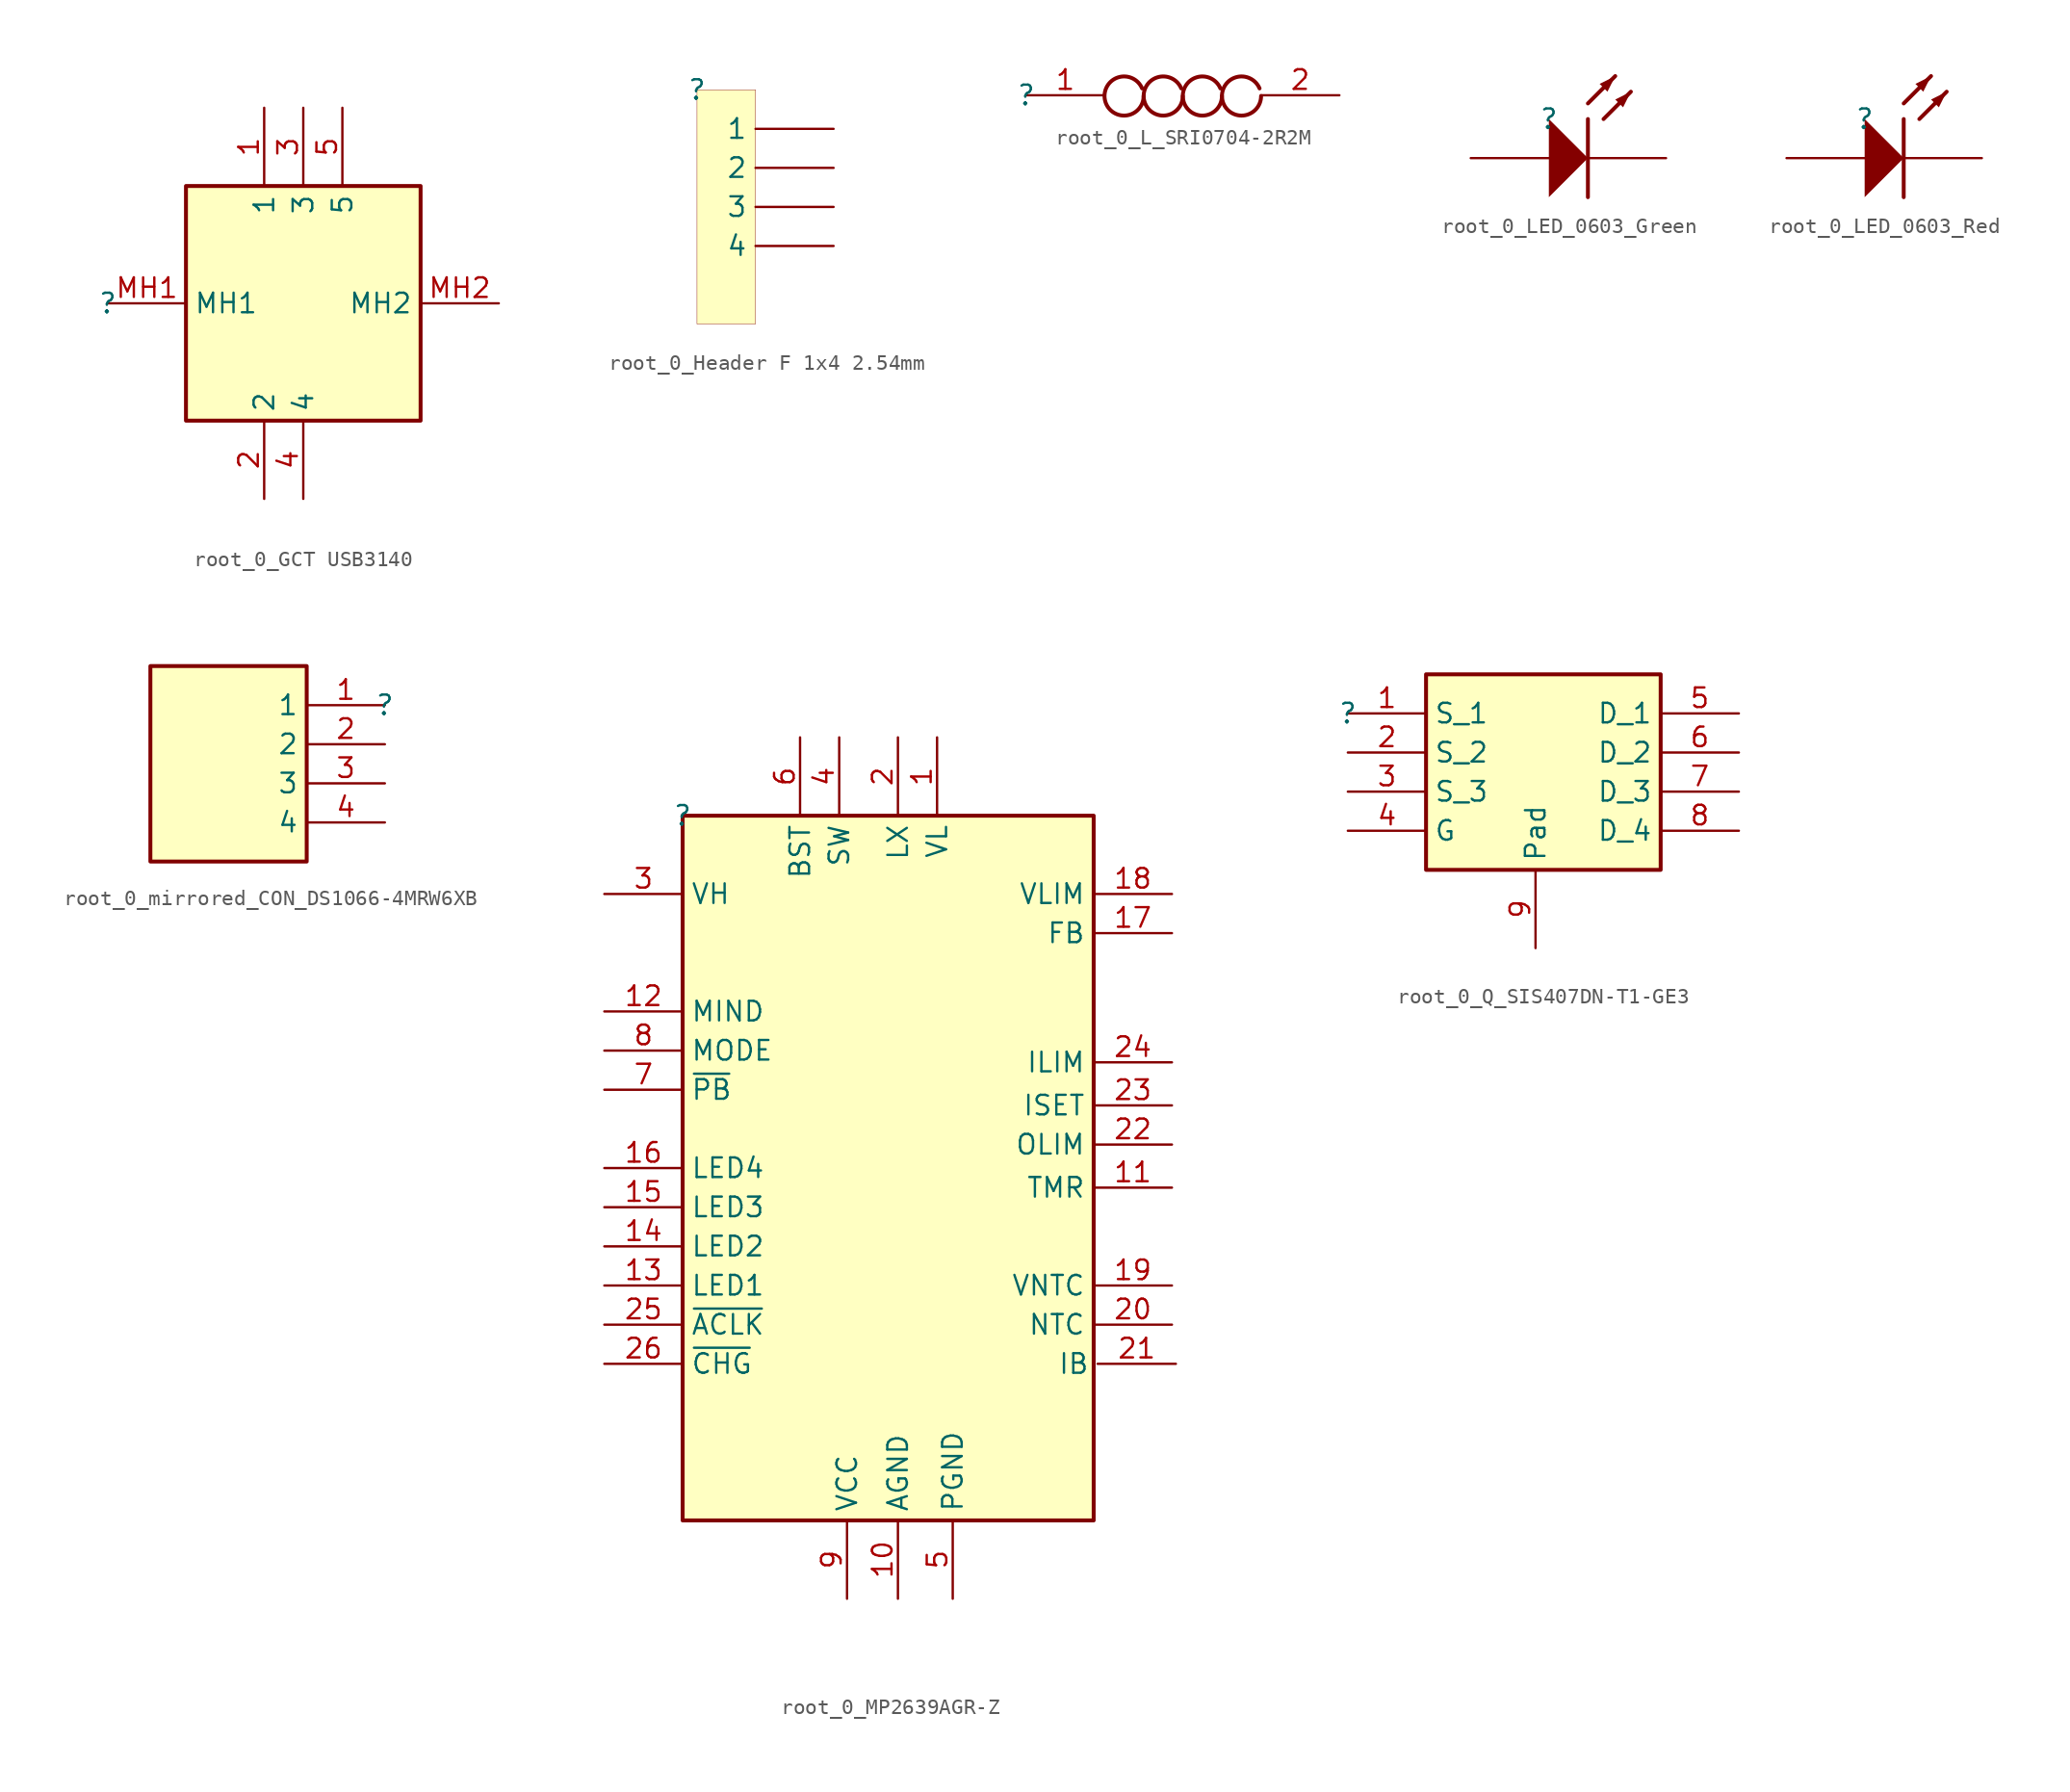
<source format=kicad_sym>
(kicad_symbol_lib
  (version 20231120)
  (generator "kicad_symbol_editor")
  (generator_version "8.0")
  (symbol "root_0_GCT USB3140"
    (property "Reference" ""
      (at 0 0 0)
      (effects (font (size 1.27 1.27))))
    (property "Value" ""
      (at 0 0 0)
      (effects (font (size 1.27 1.27))))
    (symbol "root_0_GCT USB3140_1_0"
      (rectangle (start 20.32 7.62) (end 5.08 -7.62) (stroke (width 0.254) (type solid) (color 128 0 0 1)) (fill (type background)))
      (pin passive line (at 10.16 12.7 270) (length 5.08) (name "1" (effects (font (size 1.27 1.27)))) (number "1" (effects (font (size 1.27 1.27)))))
      (pin passive line (at 10.16 -12.7 90) (length 5.08) (name "2" (effects (font (size 1.27 1.27)))) (number "2" (effects (font (size 1.27 1.27)))))
      (pin passive line (at 12.7 12.7 270) (length 5.08) (name "3" (effects (font (size 1.27 1.27)))) (number "3" (effects (font (size 1.27 1.27)))))
      (pin passive line (at 12.7 -12.7 90) (length 5.08) (name "4" (effects (font (size 1.27 1.27)))) (number "4" (effects (font (size 1.27 1.27)))))
      (pin passive line (at 15.24 12.7 270) (length 5.08) (name "5" (effects (font (size 1.27 1.27)))) (number "5" (effects (font (size 1.27 1.27)))))
      (pin passive line (at 0 0 0) (length 5.08) (name "MH1" (effects (font (size 1.27 1.27)))) (number "MH1" (effects (font (size 1.27 1.27)))))
      (pin passive line (at 25.4 0 180) (length 5.08) (name "MH2" (effects (font (size 1.27 1.27)))) (number "MH2" (effects (font (size 1.27 1.27)))))))
  (symbol "root_0_Header F 1x4 2.54mm"
    (property "Reference" ""
      (at 0 0 0)
      (effects (font (size 1.27 1.27))))
    (property "Value" ""
      (at 0 0 0)
      (effects (font (size 1.27 1.27))))
    (symbol "root_0_Header F 1x4 2.54mm_1_0"
      (rectangle (start 3.81 0) (end 0 -15.24) (stroke (width 0.025) (type solid) (color 128 0 0 1)) (fill (type background)))
      (pin passive line (at 8.89 -2.54 180) (length 5.08) (name "1" (effects (font (size 1.27 1.27)))) (number "1" (effects (font (size 0 0)))))
      (pin passive line (at 8.89 -5.08 180) (length 5.08) (name "2" (effects (font (size 1.27 1.27)))) (number "2" (effects (font (size 0 0)))))
      (pin passive line (at 8.89 -7.62 180) (length 5.08) (name "3" (effects (font (size 1.27 1.27)))) (number "3" (effects (font (size 0 0)))))
      (pin passive line (at 8.89 -10.16 180) (length 5.08) (name "4" (effects (font (size 1.27 1.27)))) (number "4" (effects (font (size 0 0)))))))
  (symbol "root_0_L_SRI0704-2R2M"
    (property "Reference" ""
      (at 0 0 0)
      (effects (font (size 1.27 1.27))))
    (property "Value" ""
      (at 0 0 0)
      (effects (font (size 1.27 1.27))))
    (symbol "root_0_L_SRI0704-2R2M_1_0"
      (arc (start 7.519 0.4452) (mid 5.1055 -0.3042) (end 7.62 -0.051) (stroke (width 0.254) (type solid)) (fill (type none)))
      (arc (start 10.059 0.4452) (mid 7.6455 -0.3042) (end 10.16 -0.051) (stroke (width 0.254) (type solid)) (fill (type none)))
      (arc (start 12.599 0.4452) (mid 10.1855 -0.3042) (end 12.7 -0.051) (stroke (width 0.254) (type solid)) (fill (type none)))
      (arc (start 15.139 0.4452) (mid 12.7255 -0.3042) (end 15.24 -0.051) (stroke (width 0.254) (type solid)) (fill (type none)))
      (pin passive line (at 0 0 0) (length 5.08) (name "1" (effects (font (size 0 0)))) (number "1" (effects (font (size 1.27 1.27)))))
      (pin passive line (at 20.32 0 180) (length 5.08) (name "2" (effects (font (size 0 0)))) (number "2" (effects (font (size 1.27 1.27)))))))
  (symbol "root_0_LED_0603_Green"
    (property "Reference" ""
      (at 0 0 0)
      (effects (font (size 1.27 1.27))))
    (property "Value" ""
      (at 0 0 0)
      (effects (font (size 1.27 1.27))))
    (symbol "root_0_LED_0603_Green_1_0"
      (polyline (pts (xy 2.54 0) (xy 2.54 -5.08)) (stroke (width 0.254) (type solid)) (fill (type none)))
      (polyline (pts (xy 2.54 1.016) (xy 4.318 2.794)) (stroke (width 0.254) (type solid)) (fill (type none)))
      (polyline (pts (xy 3.556 0) (xy 5.334 1.778)) (stroke (width 0.254) (type solid)) (fill (type none)))
      (polyline (pts (xy 0 -5.08) (xy 2.54 -2.54) (xy 0 0) (xy 0 -5.08)) (stroke (width -0.0001) (type solid)) (fill (type outline)))
      (polyline (pts (xy 4.318 2.794) (xy 3.302 2.286) (xy 3.81 1.778) (xy 4.318 2.794)) (stroke (width -0.0001) (type solid)) (fill (type outline)))
      (polyline (pts (xy 5.334 1.778) (xy 4.318 1.27) (xy 4.826 0.762) (xy 5.334 1.778)) (stroke (width -0.0001) (type solid)) (fill (type outline)))
      (pin passive line (at -5.08 -2.54 0) (length 5.08) (name "A" (effects (font (size 0 0)))) (number "A" (effects (font (size 0 0)))))
      (pin passive line (at 7.62 -2.54 180) (length 5.08) (name "K" (effects (font (size 0 0)))) (number "K" (effects (font (size 0 0)))))))
  (symbol "root_0_LED_0603_Red"
    (property "Reference" ""
      (at 0 0 0)
      (effects (font (size 1.27 1.27))))
    (property "Value" ""
      (at 0 0 0)
      (effects (font (size 1.27 1.27))))
    (symbol "root_0_LED_0603_Red_1_0"
      (polyline (pts (xy 2.54 0) (xy 2.54 -5.08)) (stroke (width 0.254) (type solid)) (fill (type none)))
      (polyline (pts (xy 2.54 1.016) (xy 4.318 2.794)) (stroke (width 0.254) (type solid)) (fill (type none)))
      (polyline (pts (xy 3.556 0) (xy 5.334 1.778)) (stroke (width 0.254) (type solid)) (fill (type none)))
      (polyline (pts (xy 0 -5.08) (xy 2.54 -2.54) (xy 0 0) (xy 0 -5.08)) (stroke (width -0.0001) (type solid)) (fill (type outline)))
      (polyline (pts (xy 4.318 2.794) (xy 3.302 2.286) (xy 3.81 1.778) (xy 4.318 2.794)) (stroke (width -0.0001) (type solid)) (fill (type outline)))
      (polyline (pts (xy 5.334 1.778) (xy 4.318 1.27) (xy 4.826 0.762) (xy 5.334 1.778)) (stroke (width -0.0001) (type solid)) (fill (type outline)))
      (pin passive line (at -5.08 -2.54 0) (length 5.08) (name "A" (effects (font (size 0 0)))) (number "A" (effects (font (size 0 0)))))
      (pin passive line (at 7.62 -2.54 180) (length 5.08) (name "K" (effects (font (size 0 0)))) (number "K" (effects (font (size 0 0)))))))
  (symbol "root_0_mirrored_CON_DS1066-4MRW6XB"
    (property "Reference" ""
      (at 0 0 0)
      (effects (font (size 1.27 1.27))))
    (property "Value" ""
      (at 0 0 0)
      (effects (font (size 1.27 1.27))))
    (symbol "root_0_mirrored_CON_DS1066-4MRW6XB_1_0"
      (rectangle (start -5.08 2.54) (end -15.24 -10.16) (stroke (width 0.254) (type solid) (color 128 0 0 1)) (fill (type background)))
      (pin passive line (at 0 0 180) (length 5.08) (name "1" (effects (font (size 1.27 1.27)))) (number "1" (effects (font (size 1.27 1.27)))))
      (pin passive line (at 0 -2.54 180) (length 5.08) (name "2" (effects (font (size 1.27 1.27)))) (number "2" (effects (font (size 1.27 1.27)))))
      (pin passive line (at 0 -5.08 180) (length 5.08) (name "3" (effects (font (size 1.27 1.27)))) (number "3" (effects (font (size 1.27 1.27)))))
      (pin passive line (at 0 -7.62 180) (length 5.08) (name "4" (effects (font (size 1.27 1.27)))) (number "4" (effects (font (size 1.27 1.27)))))))
  (symbol "root_0_MP2639AGR-Z"
    (property "Reference" ""
      (at 0 0 0)
      (effects (font (size 1.27 1.27))))
    (property "Value" ""
      (at 0 0 0)
      (effects (font (size 1.27 1.27))))
    (symbol "root_0_MP2639AGR-Z_1_0"
      (rectangle (start 26.67 0) (end 0 -45.72) (stroke (width 0.254) (type solid) (color 128 0 0 1)) (fill (type background)))
      (pin passive line (at 16.51 5.08 270) (length 5.08) (name "VL" (effects (font (size 1.27 1.27)))) (number "1" (effects (font (size 1.27 1.27)))))
      (pin passive line (at 13.97 -50.8 90) (length 5.08) (name "AGND" (effects (font (size 1.27 1.27)))) (number "10" (effects (font (size 1.27 1.27)))))
      (pin passive line (at 31.75 -24.13 180) (length 5.08) (name "TMR" (effects (font (size 1.27 1.27)))) (number "11" (effects (font (size 1.27 1.27)))))
      (pin passive line (at -5.08 -12.7 0) (length 5.08) (name "MIND" (effects (font (size 1.27 1.27)))) (number "12" (effects (font (size 1.27 1.27)))))
      (pin passive line (at -5.08 -30.48 0) (length 5.08) (name "LED1" (effects (font (size 1.27 1.27)))) (number "13" (effects (font (size 1.27 1.27)))))
      (pin passive line (at -5.08 -27.94 0) (length 5.08) (name "LED2" (effects (font (size 1.27 1.27)))) (number "14" (effects (font (size 1.27 1.27)))))
      (pin passive line (at -5.08 -25.4 0) (length 5.08) (name "LED3" (effects (font (size 1.27 1.27)))) (number "15" (effects (font (size 1.27 1.27)))))
      (pin passive line (at -5.08 -22.86 0) (length 5.08) (name "LED4" (effects (font (size 1.27 1.27)))) (number "16" (effects (font (size 1.27 1.27)))))
      (pin passive line (at 31.75 -7.62 180) (length 5.08) (name "FB" (effects (font (size 1.27 1.27)))) (number "17" (effects (font (size 1.27 1.27)))))
      (pin passive line (at 31.75 -5.08 180) (length 5.08) (name "VLIM" (effects (font (size 1.27 1.27)))) (number "18" (effects (font (size 1.27 1.27)))))
      (pin passive line (at 31.75 -30.48 180) (length 5.08) (name "VNTC" (effects (font (size 1.27 1.27)))) (number "19" (effects (font (size 1.27 1.27)))))
      (pin passive line (at 13.97 5.08 270) (length 5.08) (name "LX" (effects (font (size 1.27 1.27)))) (number "2" (effects (font (size 1.27 1.27)))))
      (pin passive line (at 31.75 -33.02 180) (length 5.08) (name "NTC" (effects (font (size 1.27 1.27)))) (number "20" (effects (font (size 1.27 1.27)))))
      (pin passive line (at 32.004 -35.56 180) (length 5.08) (name "IB" (effects (font (size 1.27 1.27)))) (number "21" (effects (font (size 1.27 1.27)))))
      (pin passive line (at 31.75 -21.336 180) (length 5.08) (name "OLIM" (effects (font (size 1.27 1.27)))) (number "22" (effects (font (size 1.27 1.27)))))
      (pin passive line (at 31.75 -18.796 180) (length 5.08) (name "ISET" (effects (font (size 1.27 1.27)))) (number "23" (effects (font (size 1.27 1.27)))))
      (pin passive line (at 31.75 -16.002 180) (length 5.08) (name "ILIM" (effects (font (size 1.27 1.27)))) (number "24" (effects (font (size 1.27 1.27)))))
      (pin passive line (at -5.08 -33.02 0) (length 5.08) (name "~{ACLK}" (effects (font (size 1.27 1.27)))) (number "25" (effects (font (size 1.27 1.27)))))
      (pin passive line (at -5.08 -35.56 0) (length 5.08) (name "~{CHG}" (effects (font (size 1.27 1.27)))) (number "26" (effects (font (size 1.27 1.27)))))
      (pin passive line (at -5.08 -5.08 0) (length 5.08) (name "VH" (effects (font (size 1.27 1.27)))) (number "3" (effects (font (size 1.27 1.27)))))
      (pin passive line (at 10.16 5.08 270) (length 5.08) (name "SW" (effects (font (size 1.27 1.27)))) (number "4" (effects (font (size 1.27 1.27)))))
      (pin passive line (at 17.526 -50.8 90) (length 5.08) (name "PGND" (effects (font (size 1.27 1.27)))) (number "5" (effects (font (size 1.27 1.27)))))
      (pin passive line (at 7.62 5.08 270) (length 5.08) (name "BST" (effects (font (size 1.27 1.27)))) (number "6" (effects (font (size 1.27 1.27)))))
      (pin passive line (at -5.08 -17.78 0) (length 5.08) (name "~{PB}" (effects (font (size 1.27 1.27)))) (number "7" (effects (font (size 1.27 1.27)))))
      (pin passive line (at -5.08 -15.24 0) (length 5.08) (name "MODE" (effects (font (size 1.27 1.27)))) (number "8" (effects (font (size 1.27 1.27)))))
      (pin passive line (at 10.668 -50.8 90) (length 5.08) (name "VCC" (effects (font (size 1.27 1.27)))) (number "9" (effects (font (size 1.27 1.27)))))))
  (symbol "root_0_Q_SIS407DN-T1-GE3"
    (property "Reference" ""
      (at 0 0 0)
      (effects (font (size 1.27 1.27))))
    (property "Value" ""
      (at 0 0 0)
      (effects (font (size 1.27 1.27))))
    (symbol "root_0_Q_SIS407DN-T1-GE3_1_0"
      (rectangle (start 20.32 2.54) (end 5.08 -10.16) (stroke (width 0.254) (type solid) (color 128 0 0 1)) (fill (type background)))
      (pin passive line (at 0 0 0) (length 5.08) (name "S_1" (effects (font (size 1.27 1.27)))) (number "1" (effects (font (size 1.27 1.27)))))
      (pin passive line (at 0 -2.54 0) (length 5.08) (name "S_2" (effects (font (size 1.27 1.27)))) (number "2" (effects (font (size 1.27 1.27)))))
      (pin passive line (at 0 -5.08 0) (length 5.08) (name "S_3" (effects (font (size 1.27 1.27)))) (number "3" (effects (font (size 1.27 1.27)))))
      (pin passive line (at 0 -7.62 0) (length 5.08) (name "G" (effects (font (size 1.27 1.27)))) (number "4" (effects (font (size 1.27 1.27)))))
      (pin passive line (at 25.4 0 180) (length 5.08) (name "D_1" (effects (font (size 1.27 1.27)))) (number "5" (effects (font (size 1.27 1.27)))))
      (pin passive line (at 25.4 -2.54 180) (length 5.08) (name "D_2" (effects (font (size 1.27 1.27)))) (number "6" (effects (font (size 1.27 1.27)))))
      (pin passive line (at 25.4 -5.08 180) (length 5.08) (name "D_3" (effects (font (size 1.27 1.27)))) (number "7" (effects (font (size 1.27 1.27)))))
      (pin passive line (at 25.4 -7.62 180) (length 5.08) (name "D_4" (effects (font (size 1.27 1.27)))) (number "8" (effects (font (size 1.27 1.27)))))
      (pin passive line (at 12.192 -15.24 90) (length 5.08) (name "Pad" (effects (font (size 1.27 1.27)))) (number "9" (effects (font (size 1.27 1.27))))))))
</source>
